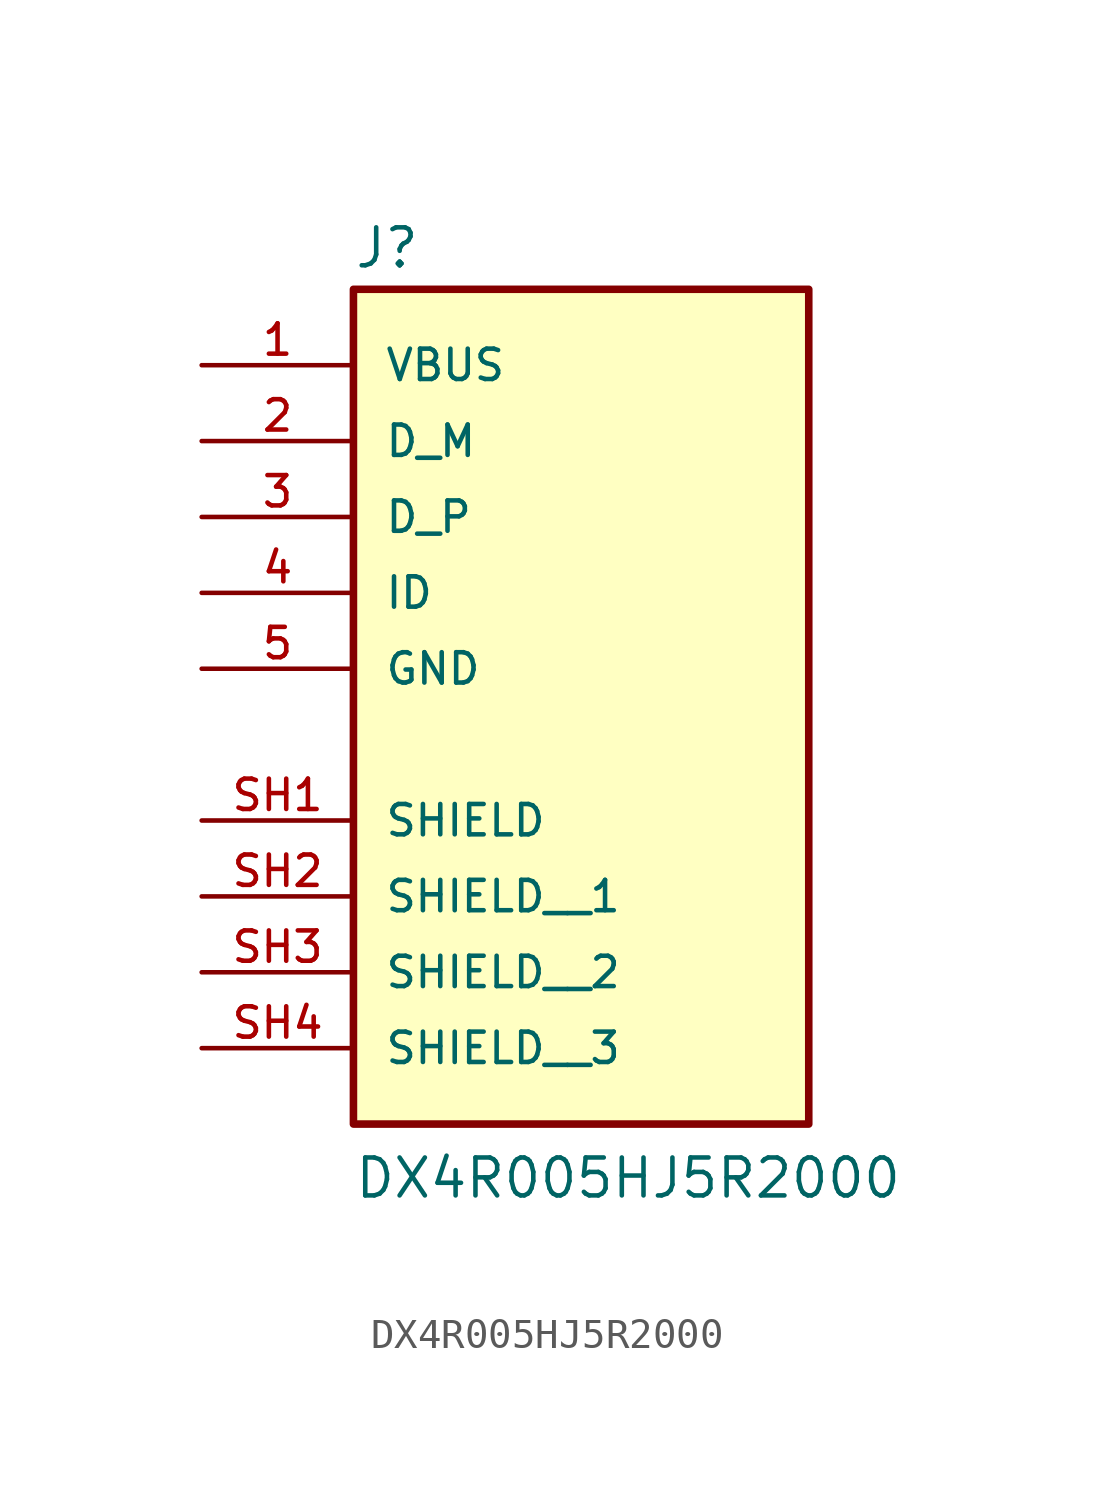
<source format=kicad_sym>
(kicad_symbol_lib
  (version 20211014)
  (generator kicad_symbol_editor)
  (symbol "DX4R005HJ5R2000"
    (pin_names
      (offset 1.016))
    (property "Reference" "J"
      (at -7.624 10.801 0)
      (effects (font (size 1.27 1.27)) (justify bottom left)))
    (property "Value" "DX4R005HJ5R2000"
      (at -7.627 -20.332 0)
      (effects (font (size 1.27 1.27)) (justify bottom left)))
    (symbol "DX4R005HJ5R2000_0_0"
      (rectangle (start -7.62 -17.78) (end 7.62 10.16) (stroke (width 0.254)) (fill (type background)))
      (pin passive line (at -12.7 7.62 0) (length 5.08) (name "VBUS" (effects (font (size 1.016 1.016)))) (number "1" (effects (font (size 1.016 1.016)))))
      (pin passive line (at -12.7 5.08 0) (length 5.08) (name "D_M" (effects (font (size 1.016 1.016)))) (number "2" (effects (font (size 1.016 1.016)))))
      (pin passive line (at -12.7 2.54 0) (length 5.08) (name "D_P" (effects (font (size 1.016 1.016)))) (number "3" (effects (font (size 1.016 1.016)))))
      (pin passive line (at -12.7 0.0 0) (length 5.08) (name "ID" (effects (font (size 1.016 1.016)))) (number "4" (effects (font (size 1.016 1.016)))))
      (pin passive line (at -12.7 -2.54 0) (length 5.08) (name "GND" (effects (font (size 1.016 1.016)))) (number "5" (effects (font (size 1.016 1.016)))))
      (pin passive line (at -12.7 -7.62 0) (length 5.08) (name "SHIELD" (effects (font (size 1.016 1.016)))) (number "SH1" (effects (font (size 1.016 1.016)))))
      (pin passive line (at -12.7 -10.16 0) (length 5.08) (name "SHIELD__1" (effects (font (size 1.016 1.016)))) (number "SH2" (effects (font (size 1.016 1.016)))))
      (pin passive line (at -12.7 -12.7 0) (length 5.08) (name "SHIELD__2" (effects (font (size 1.016 1.016)))) (number "SH3" (effects (font (size 1.016 1.016)))))
      (pin passive line (at -12.7 -15.24 0) (length 5.08) (name "SHIELD__3" (effects (font (size 1.016 1.016)))) (number "SH4" (effects (font (size 1.016 1.016))))))))
</source>
